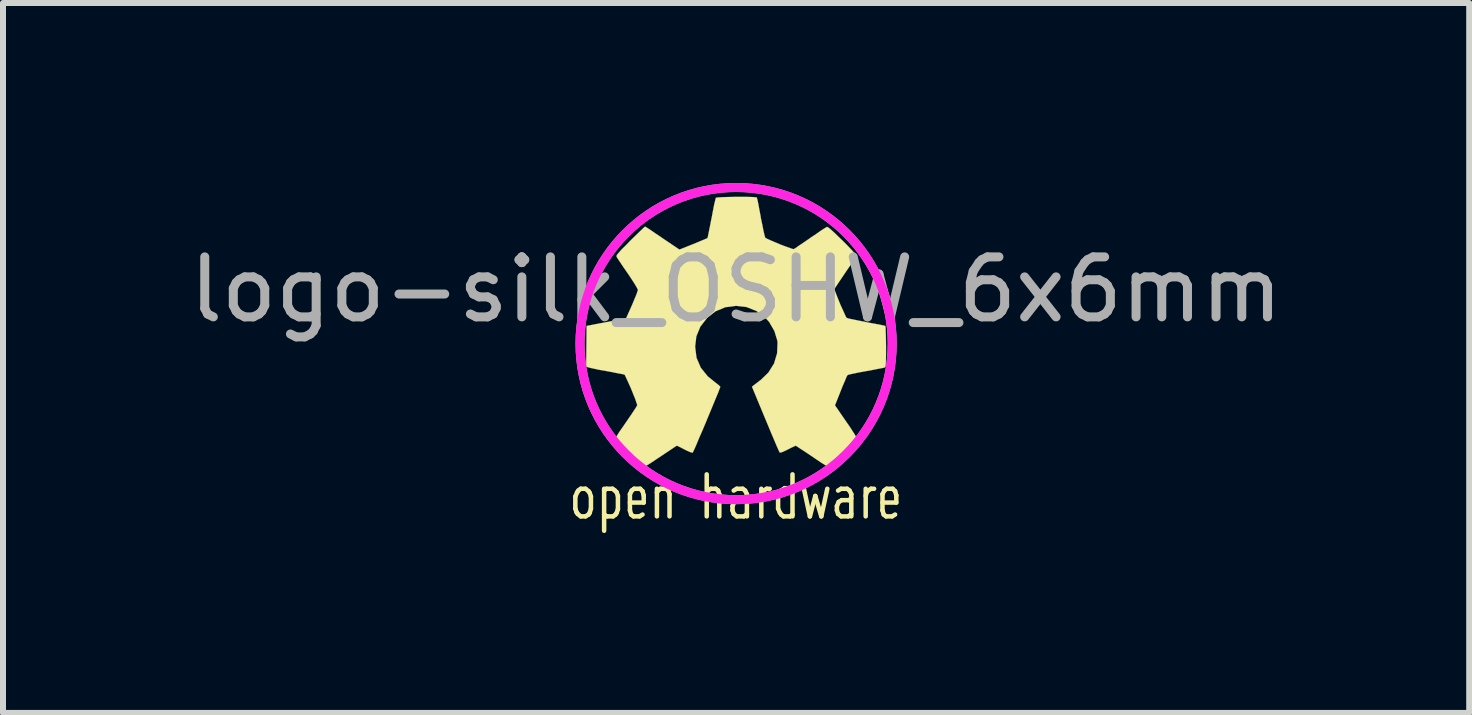
<source format=kicad_pcb>
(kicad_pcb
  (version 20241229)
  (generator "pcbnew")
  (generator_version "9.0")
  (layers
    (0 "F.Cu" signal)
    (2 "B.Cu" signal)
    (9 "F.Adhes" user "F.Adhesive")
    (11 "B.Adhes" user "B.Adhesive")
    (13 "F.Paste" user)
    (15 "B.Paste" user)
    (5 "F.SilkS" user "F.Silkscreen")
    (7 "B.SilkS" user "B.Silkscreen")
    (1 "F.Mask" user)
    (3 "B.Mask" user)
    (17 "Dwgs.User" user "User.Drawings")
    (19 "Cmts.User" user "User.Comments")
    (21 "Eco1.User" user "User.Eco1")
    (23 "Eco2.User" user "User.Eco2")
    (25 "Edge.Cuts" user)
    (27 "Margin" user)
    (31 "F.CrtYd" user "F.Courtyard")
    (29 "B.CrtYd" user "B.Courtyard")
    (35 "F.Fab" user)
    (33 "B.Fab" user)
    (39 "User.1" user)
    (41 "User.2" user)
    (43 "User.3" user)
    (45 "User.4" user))
  (footprint "logo-silk_OSHW_6x6mm"
    (layer "F.Cu")
    (at 9.22 2.477)
    (property "Reference" "logo-silk_OSHW_6x6mm" (at 0 -0.7 0) (layer "F.Fab") (effects (font (size 1 1) (thickness 0.15))))
    (attr through_hole)
    (fp_line (start -2.68 2.75) (end -2.68 2.95) (stroke (width 0.075) (type solid)) (layer "F.SilkS"))
    (fp_line (start -2.68 2.95) (end -2.66 3.01) (stroke (width 0.075) (type solid)) (layer "F.SilkS"))
    (fp_line (start -2.66 3.01) (end -2.64 3.04) (stroke (width 0.075) (type solid)) (layer "F.SilkS"))
    (fp_line (start -2.65 2.68) (end -2.68 2.75) (stroke (width 0.075) (type solid)) (layer "F.SilkS"))
    (fp_line (start -2.64 3.04) (end -2.59 3.08) (stroke (width 0.075) (type solid)) (layer "F.SilkS"))
    (fp_line (start -2.63 2.65) (end -2.65 2.68) (stroke (width 0.075) (type solid)) (layer "F.SilkS"))
    (fp_line (start -2.59 2.62) (end -2.63 2.65) (stroke (width 0.075) (type solid)) (layer "F.SilkS"))
    (fp_line (start -2.59 3.08) (end -2.51 3.08) (stroke (width 0.075) (type solid)) (layer "F.SilkS"))
    (fp_line (start -2.51 2.62) (end -2.59 2.62) (stroke (width 0.075) (type solid)) (layer "F.SilkS"))
    (fp_line (start -2.51 3.08) (end -2.46 3.05) (stroke (width 0.075) (type solid)) (layer "F.SilkS"))
    (fp_line (start -2.46 2.66) (end -2.51 2.62) (stroke (width 0.075) (type solid)) (layer "F.SilkS"))
    (fp_line (start -2.46 3.05) (end -2.44 3.02) (stroke (width 0.075) (type solid)) (layer "F.SilkS"))
    (fp_line (start -2.44 2.69) (end -2.46 2.66) (stroke (width 0.075) (type solid)) (layer "F.SilkS"))
    (fp_line (start -2.44 3.02) (end -2.42 2.95) (stroke (width 0.075) (type solid)) (layer "F.SilkS"))
    (fp_line (start -2.42 2.75) (end -2.44 2.69) (stroke (width 0.075) (type solid)) (layer "F.SilkS"))
    (fp_line (start -2.42 2.95) (end -2.42 2.75) (stroke (width 0.075) (type solid)) (layer "F.SilkS"))
    (fp_line (start -2.2 2.65) (end -2.16 2.62) (stroke (width 0.075) (type solid)) (layer "F.SilkS"))
    (fp_line (start -2.2 3.32) (end -2.2 2.62) (stroke (width 0.075) (type solid)) (layer "F.SilkS"))
    (fp_line (start -2.16 2.62) (end -2.06 2.62) (stroke (width 0.075) (type solid)) (layer "F.SilkS"))
    (fp_line (start -2.15 3.08) (end -2.2 3.05) (stroke (width 0.075) (type solid)) (layer "F.SilkS"))
    (fp_line (start -2.06 2.62) (end -2.02 2.65) (stroke (width 0.075) (type solid)) (layer "F.SilkS"))
    (fp_line (start -2.05 3.08) (end -2.15 3.08) (stroke (width 0.075) (type solid)) (layer "F.SilkS"))
    (fp_line (start -2.02 2.65) (end -1.99 2.68) (stroke (width 0.075) (type solid)) (layer "F.SilkS"))
    (fp_line (start -2.01 3.05) (end -2.05 3.08) (stroke (width 0.075) (type solid)) (layer "F.SilkS"))
    (fp_line (start -1.99 2.68) (end -1.97 2.74) (stroke (width 0.075) (type solid)) (layer "F.SilkS"))
    (fp_line (start -1.99 3.02) (end -2.01 3.05) (stroke (width 0.075) (type solid)) (layer "F.SilkS"))
    (fp_line (start -1.97 2.74) (end -1.97 2.96) (stroke (width 0.075) (type solid)) (layer "F.SilkS"))
    (fp_line (start -1.97 2.96) (end -1.99 3.02) (stroke (width 0.075) (type solid)) (layer "F.SilkS"))
    (fp_line (start -1.77 2.71) (end -1.77 2.98) (stroke (width 0.075) (type solid)) (layer "F.SilkS"))
    (fp_line (start -1.77 2.98) (end -1.75 3.05) (stroke (width 0.075) (type solid)) (layer "F.SilkS"))
    (fp_line (start -1.75 3.05) (end -1.71 3.08) (stroke (width 0.075) (type solid)) (layer "F.SilkS"))
    (fp_line (start -1.74 2.65) (end -1.77 2.71) (stroke (width 0.075) (type solid)) (layer "F.SilkS"))
    (fp_line (start -1.71 3.08) (end -1.61 3.08) (stroke (width 0.075) (type solid)) (layer "F.SilkS"))
    (fp_line (start -1.7 2.62) (end -1.74 2.65) (stroke (width 0.075) (type solid)) (layer "F.SilkS"))
    (fp_line (start -1.61 3.08) (end -1.56 3.05) (stroke (width 0.075) (type solid)) (layer "F.SilkS"))
    (fp_line (start -1.6 2.62) (end -1.7 2.62) (stroke (width 0.075) (type solid)) (layer "F.SilkS"))
    (fp_line (start -1.56 2.66) (end -1.6 2.62) (stroke (width 0.075) (type solid)) (layer "F.SilkS"))
    (fp_line (start -1.54 2.73) (end -1.56 2.66) (stroke (width 0.075) (type solid)) (layer "F.SilkS"))
    (fp_line (start -1.54 2.85) (end -1.77 2.85) (stroke (width 0.075) (type solid)) (layer "F.SilkS"))
    (fp_line (start -1.54 2.85) (end -1.54 2.73) (stroke (width 0.075) (type solid)) (layer "F.SilkS"))
    (fp_line (start -1.32 2.62) (end -1.32 3.08) (stroke (width 0.075) (type solid)) (layer "F.SilkS"))
    (fp_line (start -1.32 2.68) (end -1.3 2.65) (stroke (width 0.075) (type solid)) (layer "F.SilkS"))
    (fp_line (start -1.3 2.65) (end -1.26 2.62) (stroke (width 0.075) (type solid)) (layer "F.SilkS"))
    (fp_line (start -1.26 2.62) (end -1.17 2.62) (stroke (width 0.075) (type solid)) (layer "F.SilkS"))
    (fp_line (start -1.17 2.62) (end -1.13 2.65) (stroke (width 0.075) (type solid)) (layer "F.SilkS"))
    (fp_line (start -1.13 2.65) (end -1.11 2.71) (stroke (width 0.075) (type solid)) (layer "F.SilkS"))
    (fp_line (start -1.11 2.71) (end -1.11 3.08) (stroke (width 0.075) (type solid)) (layer "F.SilkS"))
    (fp_line (start -0.49 2.38) (end -0.49 3.08) (stroke (width 0.075) (type solid)) (layer "F.SilkS"))
    (fp_line (start -0.49 2.69) (end -0.47 2.65) (stroke (width 0.075) (type solid)) (layer "F.SilkS"))
    (fp_line (start -0.47 2.65) (end -0.42 2.62) (stroke (width 0.075) (type solid)) (layer "F.SilkS"))
    (fp_line (start -0.42 2.62) (end -0.34 2.62) (stroke (width 0.075) (type solid)) (layer "F.SilkS"))
    (fp_line (start -0.34 2.62) (end -0.3 2.65) (stroke (width 0.075) (type solid)) (layer "F.SilkS"))
    (fp_line (start -0.3 2.65) (end -0.28 2.71) (stroke (width 0.075) (type solid)) (layer "F.SilkS"))
    (fp_line (start -0.28 2.71) (end -0.28 3.08) (stroke (width 0.075) (type solid)) (layer "F.SilkS"))
    (fp_line (start -0.06 2.91) (end -0.06 2.98) (stroke (width 0.075) (type solid)) (layer "F.SilkS"))
    (fp_line (start -0.06 2.98) (end -0.04 3.04) (stroke (width 0.075) (type solid)) (layer "F.SilkS"))
    (fp_line (start -0.04 2.65) (end 0.01 2.62) (stroke (width 0.075) (type solid)) (layer "F.SilkS"))
    (fp_line (start -0.04 3.04) (end 0.01 3.08) (stroke (width 0.075) (type solid)) (layer "F.SilkS"))
    (fp_line (start -0.03 2.84) (end -0.06 2.91) (stroke (width 0.075) (type solid)) (layer "F.SilkS"))
    (fp_line (start 0.01 2.62) (end 0.11 2.62) (stroke (width 0.075) (type solid)) (layer "F.SilkS"))
    (fp_line (start 0.01 3.08) (end 0.13 3.08) (stroke (width 0.075) (type solid)) (layer "F.SilkS"))
    (fp_line (start 0.02 2.81) (end -0.03 2.84) (stroke (width 0.075) (type solid)) (layer "F.SilkS"))
    (fp_line (start 0.11 2.62) (end 0.15 2.65) (stroke (width 0.075) (type solid)) (layer "F.SilkS"))
    (fp_line (start 0.13 3.08) (end 0.18 3.04) (stroke (width 0.075) (type solid)) (layer "F.SilkS"))
    (fp_line (start 0.14 2.81) (end 0.02 2.81) (stroke (width 0.075) (type solid)) (layer "F.SilkS"))
    (fp_line (start 0.15 2.65) (end 0.18 2.71) (stroke (width 0.075) (type solid)) (layer "F.SilkS"))
    (fp_line (start 0.18 2.71) (end 0.18 3.08) (stroke (width 0.075) (type solid)) (layer "F.SilkS"))
    (fp_line (start 0.18 2.78) (end 0.14 2.81) (stroke (width 0.075) (type solid)) (layer "F.SilkS"))
    (fp_line (start 0.42 2.62) (end 0.42 3.08) (stroke (width 0.075) (type solid)) (layer "F.SilkS"))
    (fp_line (start 0.42 2.74) (end 0.44 2.67) (stroke (width 0.075) (type solid)) (layer "F.SilkS"))
    (fp_line (start 0.44 2.67) (end 0.46 2.65) (stroke (width 0.075) (type solid)) (layer "F.SilkS"))
    (fp_line (start 0.46 2.65) (end 0.51 2.62) (stroke (width 0.075) (type solid)) (layer "F.SilkS"))
    (fp_line (start 0.51 2.62) (end 0.56 2.62) (stroke (width 0.075) (type solid)) (layer "F.SilkS"))
    (fp_line (start 0.7 2.75) (end 0.73 2.68) (stroke (width 0.075) (type solid)) (layer "F.SilkS"))
    (fp_line (start 0.7 2.95) (end 0.7 2.75) (stroke (width 0.075) (type solid)) (layer "F.SilkS"))
    (fp_line (start 0.73 2.68) (end 0.75 2.65) (stroke (width 0.075) (type solid)) (layer "F.SilkS"))
    (fp_line (start 0.73 3.02) (end 0.7 2.95) (stroke (width 0.075) (type solid)) (layer "F.SilkS"))
    (fp_line (start 0.75 2.65) (end 0.81 2.61) (stroke (width 0.075) (type solid)) (layer "F.SilkS"))
    (fp_line (start 0.75 3.05) (end 0.73 3.02) (stroke (width 0.075) (type solid)) (layer "F.SilkS"))
    (fp_line (start 0.79 3.08) (end 0.75 3.05) (stroke (width 0.075) (type solid)) (layer "F.SilkS"))
    (fp_line (start 0.81 2.61) (end 0.88 2.61) (stroke (width 0.075) (type solid)) (layer "F.SilkS"))
    (fp_line (start 0.88 2.61) (end 0.94 2.65) (stroke (width 0.075) (type solid)) (layer "F.SilkS"))
    (fp_line (start 0.9 3.08) (end 0.79 3.08) (stroke (width 0.075) (type solid)) (layer "F.SilkS"))
    (fp_line (start 0.94 2.38) (end 0.94 3.08) (stroke (width 0.075) (type solid)) (layer "F.SilkS"))
    (fp_line (start 0.94 3.05) (end 0.9 3.08) (stroke (width 0.075) (type solid)) (layer "F.SilkS"))
    (fp_line (start 1.13 2.62) (end 1.23 3.08) (stroke (width 0.075) (type solid)) (layer "F.SilkS"))
    (fp_line (start 1.23 3.08) (end 1.32 2.74) (stroke (width 0.075) (type solid)) (layer "F.SilkS"))
    (fp_line (start 1.32 2.74) (end 1.42 3.08) (stroke (width 0.075) (type solid)) (layer "F.SilkS"))
    (fp_line (start 1.42 3.08) (end 1.52 2.62) (stroke (width 0.075) (type solid)) (layer "F.SilkS"))
    (fp_line (start 1.68 2.91) (end 1.68 2.98) (stroke (width 0.075) (type solid)) (layer "F.SilkS"))
    (fp_line (start 1.68 2.98) (end 1.7 3.04) (stroke (width 0.075) (type solid)) (layer "F.SilkS"))
    (fp_line (start 1.7 2.65) (end 1.75 2.62) (stroke (width 0.075) (type solid)) (layer "F.SilkS"))
    (fp_line (start 1.7 3.04) (end 1.75 3.08) (stroke (width 0.075) (type solid)) (layer "F.SilkS"))
    (fp_line (start 1.71 2.84) (end 1.68 2.91) (stroke (width 0.075) (type solid)) (layer "F.SilkS"))
    (fp_line (start 1.75 2.62) (end 1.85 2.62) (stroke (width 0.075) (type solid)) (layer "F.SilkS"))
    (fp_line (start 1.75 3.08) (end 1.87 3.08) (stroke (width 0.075) (type solid)) (layer "F.SilkS"))
    (fp_line (start 1.76 2.81) (end 1.71 2.84) (stroke (width 0.075) (type solid)) (layer "F.SilkS"))
    (fp_line (start 1.85 2.62) (end 1.89 2.65) (stroke (width 0.075) (type solid)) (layer "F.SilkS"))
    (fp_line (start 1.87 3.08) (end 1.92 3.04) (stroke (width 0.075) (type solid)) (layer "F.SilkS"))
    (fp_line (start 1.88 2.81) (end 1.76 2.81) (stroke (width 0.075) (type solid)) (layer "F.SilkS"))
    (fp_line (start 1.89 2.65) (end 1.92 2.71) (stroke (width 0.075) (type solid)) (layer "F.SilkS"))
    (fp_line (start 1.92 2.71) (end 1.92 3.08) (stroke (width 0.075) (type solid)) (layer "F.SilkS"))
    (fp_line (start 1.92 2.78) (end 1.88 2.81) (stroke (width 0.075) (type solid)) (layer "F.SilkS"))
    (fp_line (start 2.16 2.62) (end 2.16 3.08) (stroke (width 0.075) (type solid)) (layer "F.SilkS"))
    (fp_line (start 2.16 2.74) (end 2.18 2.67) (stroke (width 0.075) (type solid)) (layer "F.SilkS"))
    (fp_line (start 2.18 2.67) (end 2.2 2.65) (stroke (width 0.075) (type solid)) (layer "F.SilkS"))
    (fp_line (start 2.2 2.65) (end 2.25 2.62) (stroke (width 0.075) (type solid)) (layer "F.SilkS"))
    (fp_line (start 2.25 2.62) (end 2.3 2.62) (stroke (width 0.075) (type solid)) (layer "F.SilkS"))
    (fp_line (start 2.44 2.71) (end 2.44 2.98) (stroke (width 0.075) (type solid)) (layer "F.SilkS"))
    (fp_line (start 2.44 2.98) (end 2.46 3.05) (stroke (width 0.075) (type solid)) (layer "F.SilkS"))
    (fp_line (start 2.46 3.05) (end 2.5 3.08) (stroke (width 0.075) (type solid)) (layer "F.SilkS"))
    (fp_line (start 2.47 2.65) (end 2.44 2.71) (stroke (width 0.075) (type solid)) (layer "F.SilkS"))
    (fp_line (start 2.5 3.08) (end 2.6 3.08) (stroke (width 0.075) (type solid)) (layer "F.SilkS"))
    (fp_line (start 2.51 2.62) (end 2.47 2.65) (stroke (width 0.075) (type solid)) (layer "F.SilkS"))
    (fp_line (start 2.6 3.08) (end 2.65 3.05) (stroke (width 0.075) (type solid)) (layer "F.SilkS"))
    (fp_line (start 2.61 2.62) (end 2.51 2.62) (stroke (width 0.075) (type solid)) (layer "F.SilkS"))
    (fp_line (start 2.65 2.66) (end 2.61 2.62) (stroke (width 0.075) (type solid)) (layer "F.SilkS"))
    (fp_line (start 2.67 2.73) (end 2.65 2.66) (stroke (width 0.075) (type solid)) (layer "F.SilkS"))
    (fp_line (start 2.67 2.85) (end 2.44 2.85) (stroke (width 0.075) (type solid)) (layer "F.SilkS"))
    (fp_line (start 2.67 2.85) (end 2.67 2.73) (stroke (width 0.075) (type solid)) (layer "F.SilkS"))
    (fp_poly (pts (xy -1.514 2.245) (xy -1.488 2.23) (xy -1.43 2.195) (xy -1.346 2.139) (xy -1.247 2.073) (xy -1.148 2.007) (xy -1.067 1.953) (xy -1.011 1.915) (xy -0.986 1.902) (xy -0.973 1.908) (xy -0.927 1.93) (xy -0.859 1.966) (xy -0.818 1.986) (xy -0.757 2.012) (xy -0.724 2.019) (xy -0.719 2.009) (xy -0.696 1.961) (xy -0.66 1.88) (xy -0.615 1.77) (xy -0.559 1.643) (xy -0.503 1.509) (xy -0.445 1.369) (xy -0.389 1.234) (xy -0.34 1.115) (xy -0.3 1.019) (xy -0.274 0.95) (xy -0.264 0.922) (xy -0.267 0.914) (xy -0.3 0.884) (xy -0.353 0.843) (xy -0.472 0.747) (xy -0.589 0.602) (xy -0.66 0.437) (xy -0.683 0.251) (xy -0.663 0.081) (xy -0.597 -0.081) (xy -0.483 -0.229) (xy -0.343 -0.338) (xy -0.18 -0.406) (xy 0 -0.429) (xy 0.173 -0.409) (xy 0.34 -0.343) (xy 0.488 -0.231) (xy 0.551 -0.16) (xy 0.638 -0.01) (xy 0.686 0.147) (xy 0.691 0.188) (xy 0.683 0.363) (xy 0.632 0.533) (xy 0.538 0.683) (xy 0.409 0.808) (xy 0.394 0.818) (xy 0.335 0.864) (xy 0.295 0.894) (xy 0.264 0.919) (xy 0.488 1.458) (xy 0.523 1.542) (xy 0.584 1.689) (xy 0.638 1.816) (xy 0.681 1.918) (xy 0.711 1.984) (xy 0.724 2.012) (xy 0.724 2.014) (xy 0.744 2.017) (xy 0.785 2.002) (xy 0.861 1.966) (xy 0.909 1.941) (xy 0.968 1.913) (xy 0.993 1.902) (xy 1.016 1.915) (xy 1.069 1.951) (xy 1.151 2.004) (xy 1.247 2.068) (xy 1.339 2.131) (xy 1.422 2.187) (xy 1.483 2.225) (xy 1.514 2.243) (xy 1.519 2.243) (xy 1.544 2.228) (xy 1.593 2.187) (xy 1.666 2.118) (xy 1.77 2.014) (xy 1.786 1.999) (xy 1.872 1.913) (xy 1.941 1.839) (xy 1.986 1.788) (xy 2.004 1.765) (xy 1.989 1.735) (xy 1.951 1.674) (xy 1.895 1.587) (xy 1.826 1.488) (xy 1.648 1.229) (xy 1.745 0.986) (xy 1.775 0.909) (xy 1.814 0.82) (xy 1.841 0.754) (xy 1.857 0.726) (xy 1.882 0.716) (xy 1.951 0.701) (xy 2.047 0.681) (xy 2.162 0.66) (xy 2.273 0.64) (xy 2.372 0.62) (xy 2.443 0.607) (xy 2.477 0.599) (xy 2.484 0.594) (xy 2.492 0.579) (xy 2.494 0.546) (xy 2.497 0.485) (xy 2.499 0.391) (xy 2.499 0.251) (xy 2.499 0.236) (xy 2.497 0.107) (xy 2.494 0) (xy 2.492 -0.066) (xy 2.487 -0.094) (xy 2.456 -0.102) (xy 2.385 -0.117) (xy 2.286 -0.135) (xy 2.167 -0.157) (xy 2.159 -0.16) (xy 2.042 -0.183) (xy 1.943 -0.203) (xy 1.872 -0.218) (xy 1.844 -0.229) (xy 1.836 -0.236) (xy 1.814 -0.282) (xy 1.781 -0.356) (xy 1.74 -0.445) (xy 1.702 -0.538) (xy 1.669 -0.622) (xy 1.646 -0.683) (xy 1.638 -0.711) (xy 1.641 -0.714) (xy 1.659 -0.742) (xy 1.699 -0.803) (xy 1.755 -0.886) (xy 1.824 -0.988) (xy 1.829 -0.996) (xy 1.897 -1.095) (xy 1.953 -1.181) (xy 1.989 -1.24) (xy 2.004 -1.267) (xy 2.004 -1.27) (xy 1.981 -1.3) (xy 1.93 -1.356) (xy 1.857 -1.433) (xy 1.77 -1.521) (xy 1.742 -1.547) (xy 1.643 -1.643) (xy 1.577 -1.704) (xy 1.534 -1.737) (xy 1.514 -1.745) (xy 1.483 -1.727) (xy 1.42 -1.687) (xy 1.336 -1.628) (xy 1.234 -1.56) (xy 1.227 -1.554) (xy 1.128 -1.486) (xy 1.044 -1.43) (xy 0.986 -1.389) (xy 0.958 -1.374) (xy 0.955 -1.374) (xy 0.914 -1.387) (xy 0.843 -1.412) (xy 0.754 -1.445) (xy 0.663 -1.483) (xy 0.579 -1.519) (xy 0.516 -1.547) (xy 0.485 -1.565) (xy 0.475 -1.6) (xy 0.457 -1.676) (xy 0.437 -1.778) (xy 0.411 -1.9) (xy 0.409 -1.92) (xy 0.386 -2.04) (xy 0.368 -2.139) (xy 0.353 -2.207) (xy 0.345 -2.235) (xy 0.33 -2.238) (xy 0.272 -2.243) (xy 0.183 -2.245) (xy 0.074 -2.245) (xy -0.038 -2.245) (xy -0.147 -2.243) (xy -0.241 -2.24) (xy -0.31 -2.235) (xy -0.338 -2.23) (xy -0.338 -2.228) (xy -0.348 -2.189) (xy -0.366 -2.116) (xy -0.386 -2.012) (xy -0.409 -1.89) (xy -0.414 -1.867) (xy -0.437 -1.75) (xy -0.457 -1.651) (xy -0.47 -1.585) (xy -0.478 -1.557) (xy -0.49 -1.552) (xy -0.538 -1.532) (xy -0.617 -1.499) (xy -0.716 -1.458) (xy -0.945 -1.367) (xy -1.227 -1.557) (xy -1.252 -1.575) (xy -1.354 -1.643) (xy -1.435 -1.699) (xy -1.494 -1.737) (xy -1.516 -1.75) (xy -1.519 -1.75) (xy -1.547 -1.725) (xy -1.603 -1.671) (xy -1.679 -1.598) (xy -1.768 -1.511) (xy -1.831 -1.445) (xy -1.91 -1.367) (xy -1.958 -1.313) (xy -1.986 -1.28) (xy -1.994 -1.26) (xy -1.991 -1.245) (xy -1.974 -1.217) (xy -1.933 -1.156) (xy -1.875 -1.069) (xy -1.806 -0.97) (xy -1.75 -0.886) (xy -1.689 -0.792) (xy -1.651 -0.726) (xy -1.636 -0.693) (xy -1.641 -0.681) (xy -1.659 -0.625) (xy -1.694 -0.541) (xy -1.735 -0.442) (xy -1.834 -0.221) (xy -1.979 -0.193) (xy -2.068 -0.175) (xy -2.189 -0.152) (xy -2.309 -0.13) (xy -2.492 -0.094) (xy -2.499 0.582) (xy -2.471 0.594) (xy -2.443 0.602) (xy -2.375 0.617) (xy -2.278 0.638) (xy -2.162 0.658) (xy -2.065 0.676) (xy -1.966 0.696) (xy -1.895 0.709) (xy -1.864 0.716) (xy -1.854 0.726) (xy -1.831 0.775) (xy -1.796 0.851) (xy -1.755 0.942) (xy -1.717 1.036) (xy -1.681 1.125) (xy -1.659 1.191) (xy -1.648 1.224) (xy -1.661 1.252) (xy -1.699 1.311) (xy -1.753 1.392) (xy -1.821 1.491) (xy -1.887 1.587) (xy -1.946 1.671) (xy -1.984 1.732) (xy -2.002 1.76) (xy -1.991 1.778) (xy -1.953 1.826) (xy -1.88 1.902) (xy -1.768 2.012) (xy -1.75 2.029) (xy -1.664 2.113) (xy -1.59 2.182) (xy -1.537 2.228) (xy -1.514 2.245)) (stroke (width 0.003) (type solid)) (fill yes) (layer "F.SilkS"))
    (fp_circle (center 0 0.2) (end -2.6 0.1) (stroke (width 0.15) (type solid)) (fill no) (layer "F.CrtYd"))
    (fp_circle (center 0 0.2) (end -2.6 0.3) (stroke (width 0.15) (type solid)) (fill no) (layer "F.Fab")))
  (gr_rect
    (start -3 -3)
    (end 21.44 8.834)
    (stroke (width 0.1) (type default))
    (fill no)
    (layer "Edge.Cuts")))
</source>
